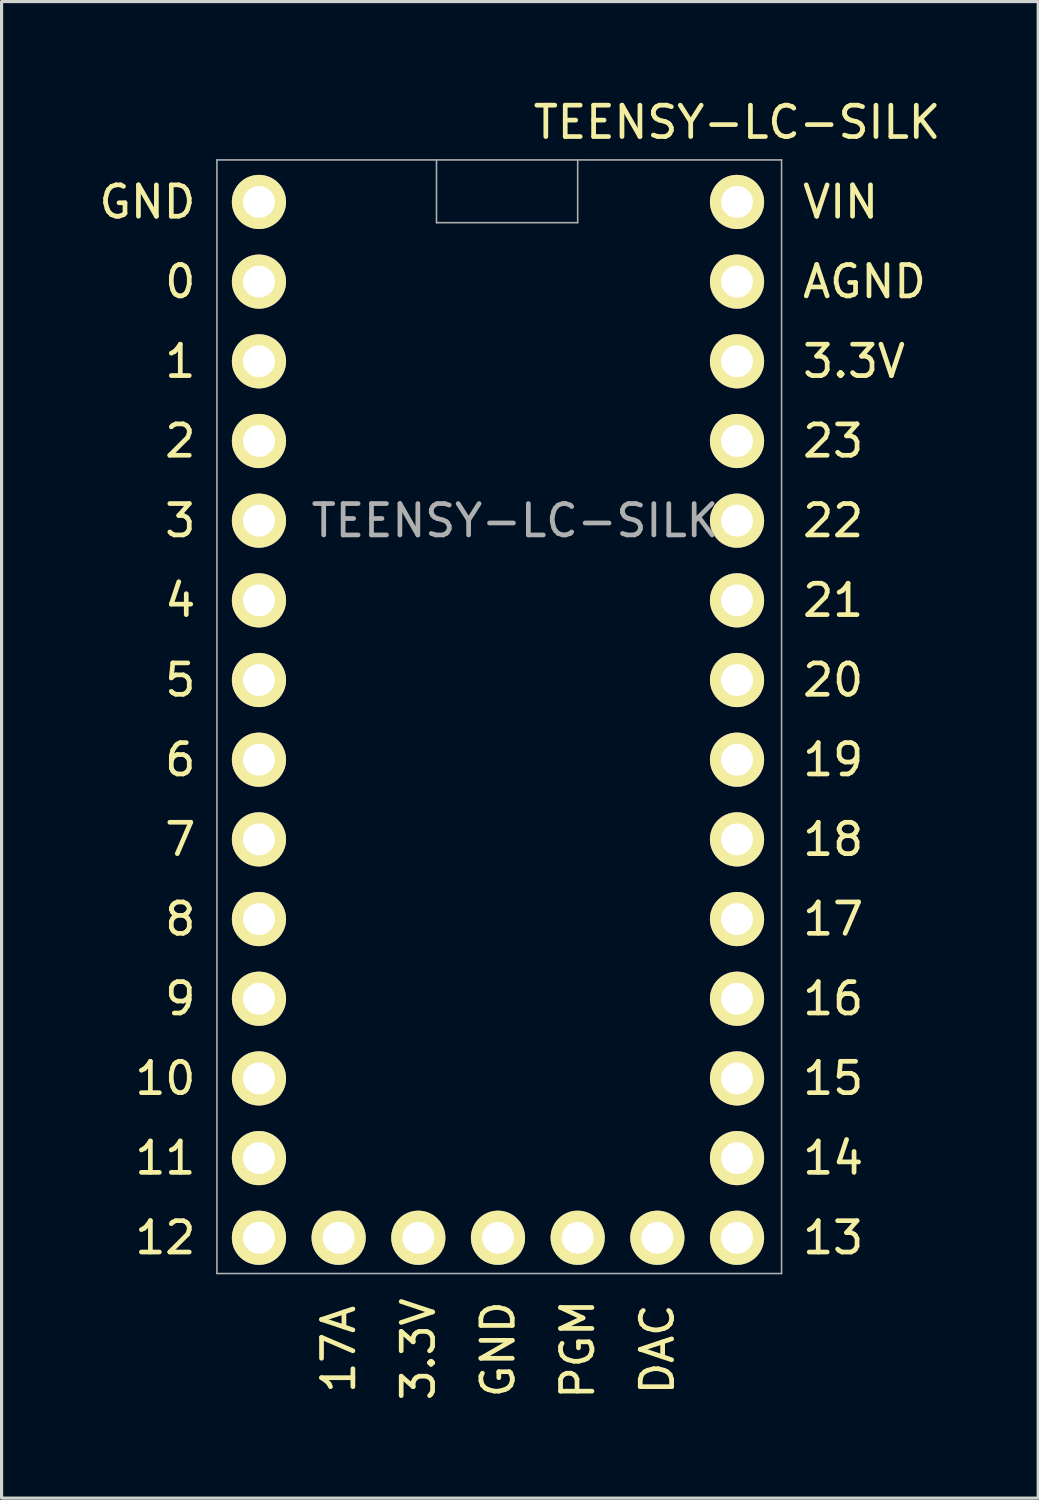
<source format=kicad_pcb>
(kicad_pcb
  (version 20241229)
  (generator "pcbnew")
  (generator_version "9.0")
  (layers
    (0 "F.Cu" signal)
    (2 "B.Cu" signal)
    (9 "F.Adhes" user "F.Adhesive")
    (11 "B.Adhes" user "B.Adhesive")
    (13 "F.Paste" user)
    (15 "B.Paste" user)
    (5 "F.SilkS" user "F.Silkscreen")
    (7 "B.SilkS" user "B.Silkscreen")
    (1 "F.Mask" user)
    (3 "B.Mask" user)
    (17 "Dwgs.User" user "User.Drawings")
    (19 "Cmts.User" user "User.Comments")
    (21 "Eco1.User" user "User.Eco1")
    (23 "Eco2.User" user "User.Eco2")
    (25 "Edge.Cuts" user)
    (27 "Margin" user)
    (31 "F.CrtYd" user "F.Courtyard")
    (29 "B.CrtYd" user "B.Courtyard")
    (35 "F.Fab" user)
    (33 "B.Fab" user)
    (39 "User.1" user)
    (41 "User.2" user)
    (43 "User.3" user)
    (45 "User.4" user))
  (footprint "TEENSY-LC-SILK"
    (layer "F.Cu")
    (at 15.365 13.548)
    (property "Reference" "TEENSY-LC-SILK" (at -2 0 0) (layer "F.Fab") (effects (font (size 1 1) (thickness 0.15))))
    (attr smd)
    (fp_line (start -11.5 -11.5) (end -11.5 24) (stroke (width 0.05) (type solid)) (layer "F.Fab"))
    (fp_line (start -11.5 24) (end 6.5 24) (stroke (width 0.05) (type solid)) (layer "F.Fab"))
    (fp_line (start -4.5 -11.5) (end -4.5 -9.5) (stroke (width 0.05) (type solid)) (layer "F.Fab"))
    (fp_line (start -4.5 -9.5) (end 0 -9.5) (stroke (width 0.05) (type solid)) (layer "F.Fab"))
    (fp_line (start 0 -9.5) (end 0 -11.5) (stroke (width 0.05) (type solid)) (layer "F.Fab"))
    (fp_line (start 6.5 -11.5) (end -11.5 -11.5) (stroke (width 0.05) (type solid)) (layer "F.Fab"))
    (fp_line (start 6.5 24) (end 6.5 -11.5) (stroke (width 0.05) (type solid)) (layer "F.Fab"))
    (fp_text user "5" (at -12.668 5.08 0) (layer "F.SilkS") (effects (font (size 1 1) (thickness 0.15))))
    (fp_text user "4" (at -12.668 2.54 0) (layer "F.SilkS") (effects (font (size 1 1) (thickness 0.15))))
    (fp_text user "16" (at 8.144 15.24 0) (layer "F.SilkS") (effects (font (size 1 1) (thickness 0.15))))
    (fp_text user "0" (at -12.668 -7.62 0) (layer "F.SilkS") (effects (font (size 1 1) (thickness 0.15))))
    (fp_text user "GND" (at -2.54 26.416 90) (layer "F.SilkS") (effects (font (size 1 1) (thickness 0.15))))
    (fp_text user "19" (at 8.144 7.62 0) (layer "F.SilkS") (effects (font (size 1 1) (thickness 0.15))))
    (fp_text user "15" (at 8.144 17.78 0) (layer "F.SilkS") (effects (font (size 1 1) (thickness 0.15))))
    (fp_text user "3.3V" (at -5.08 26.416 90) (layer "F.SilkS") (effects (font (size 1 1) (thickness 0.15))))
    (fp_text user "20" (at 8.144 5.08 0) (layer "F.SilkS") (effects (font (size 1 1) (thickness 0.15))))
    (fp_text user "21" (at 8.144 2.54 0) (layer "F.SilkS") (effects (font (size 1 1) (thickness 0.15))))
    (fp_text user "23" (at 8.144 -2.54 0) (layer "F.SilkS") (effects (font (size 1 1) (thickness 0.15))))
    (fp_text user "13" (at 8.144 22.86 0) (layer "F.SilkS") (effects (font (size 1 1) (thickness 0.15))))
    (fp_text user "9" (at -12.668 15.24 0) (layer "F.SilkS") (effects (font (size 1 1) (thickness 0.15))))
    (fp_text user "3.3V" (at 8.811 -5.08 0) (layer "F.SilkS") (effects (font (size 1 1) (thickness 0.15))))
    (fp_text user "18" (at 8.144 10.16 0) (layer "F.SilkS") (effects (font (size 1 1) (thickness 0.15))))
    (fp_text user "17" (at 8.144 12.7 0) (layer "F.SilkS") (effects (font (size 1 1) (thickness 0.15))))
    (fp_text user "1" (at -12.668 -5.08 0) (layer "F.SilkS") (effects (font (size 1 1) (thickness 0.15))))
    (fp_text user "6" (at -12.668 7.62 0) (layer "F.SilkS") (effects (font (size 1 1) (thickness 0.15))))
    (fp_text user "22" (at 8.144 0 0) (layer "F.SilkS") (effects (font (size 1 1) (thickness 0.15))))
    (fp_text user "PGM" (at 0 26.416 90) (layer "F.SilkS") (effects (font (size 1 1) (thickness 0.15))))
    (fp_text user "${REFERENCE}" (at 5.08 -12.7 0) (layer "F.SilkS") (effects (font (size 1 1) (thickness 0.15))))
    (fp_text user "11" (at -13.145 20.32 0) (layer "F.SilkS") (effects (font (size 1 1) (thickness 0.15))))
    (fp_text user "GND" (at -13.716 -10.16 0) (layer "F.SilkS") (effects (font (size 1 1) (thickness 0.15))))
    (fp_text user "AGND" (at 9.144 -7.62 0) (layer "F.SilkS") (effects (font (size 1 1) (thickness 0.15))))
    (fp_text user "8" (at -12.668 12.7 0) (layer "F.SilkS") (effects (font (size 1 1) (thickness 0.15))))
    (fp_text user "VIN" (at 8.382 -10.16 0) (layer "F.SilkS") (effects (font (size 1 1) (thickness 0.15))))
    (fp_text user "17A" (at -7.62 26.416 90) (layer "F.SilkS") (effects (font (size 1 1) (thickness 0.15))))
    (fp_text user "DAC" (at 2.54 26.416 90) (layer "F.SilkS") (effects (font (size 1 1) (thickness 0.15))))
    (fp_text user "7" (at -12.668 10.16 0) (layer "F.SilkS") (effects (font (size 1 1) (thickness 0.15))))
    (fp_text user "14" (at 8.144 20.32 0) (layer "F.SilkS") (effects (font (size 1 1) (thickness 0.15))))
    (fp_text user "10" (at -13.145 17.78 0) (layer "F.SilkS") (effects (font (size 1 1) (thickness 0.15))))
    (fp_text user "2" (at -12.668 -2.54 0) (layer "F.SilkS") (effects (font (size 1 1) (thickness 0.15))))
    (fp_text user "3" (at -12.668 0 0) (layer "F.SilkS") (effects (font (size 1 1) (thickness 0.15))))
    (fp_text user "12" (at -13.145 22.86 0) (layer "F.SilkS") (effects (font (size 1 1) (thickness 0.15))))
    (pad "0" thru_hole circle (at -10.16 -7.62) (size 1.727 1.727) (drill 1.016) (layers "*.Cu" "*.Mask" "F.SilkS"))
    (pad "1" thru_hole circle (at -10.16 -5.08) (size 1.727 1.727) (drill 1.016) (layers "*.Cu" "*.Mask" "F.SilkS"))
    (pad "2" thru_hole circle (at -10.16 -2.54) (size 1.727 1.727) (drill 1.016) (layers "*.Cu" "*.Mask" "F.SilkS"))
    (pad "3" thru_hole circle (at -10.16 0) (size 1.727 1.727) (drill 1.016) (layers "*.Cu" "*.Mask" "F.SilkS"))
    (pad "3V1" thru_hole circle (at -5.08 22.86) (size 1.727 1.727) (drill 1.016) (layers "*.Cu" "*.Mask" "F.SilkS"))
    (pad "3V2" thru_hole circle (at 5.08 -5.08) (size 1.727 1.727) (drill 1.016) (layers "*.Cu" "*.Mask" "F.SilkS"))
    (pad "4" thru_hole circle (at -10.16 2.54) (size 1.727 1.727) (drill 1.016) (layers "*.Cu" "*.Mask" "F.SilkS"))
    (pad "5" thru_hole circle (at -10.16 5.08) (size 1.727 1.727) (drill 1.016) (layers "*.Cu" "*.Mask" "F.SilkS"))
    (pad "6" thru_hole circle (at -10.16 7.62) (size 1.727 1.727) (drill 1.016) (layers "*.Cu" "*.Mask" "F.SilkS"))
    (pad "7" thru_hole circle (at -10.16 10.16) (size 1.727 1.727) (drill 1.016) (layers "*.Cu" "*.Mask" "F.SilkS"))
    (pad "8" thru_hole circle (at -10.16 12.7) (size 1.727 1.727) (drill 1.016) (layers "*.Cu" "*.Mask" "F.SilkS"))
    (pad "9" thru_hole circle (at -10.16 15.24) (size 1.727 1.727) (drill 1.016) (layers "*.Cu" "*.Mask" "F.SilkS"))
    (pad "10" thru_hole circle (at -10.16 17.78) (size 1.727 1.727) (drill 1.016) (layers "*.Cu" "*.Mask" "F.SilkS"))
    (pad "11" thru_hole circle (at -10.16 20.32) (size 1.727 1.727) (drill 1.016) (layers "*.Cu" "*.Mask" "F.SilkS"))
    (pad "12" thru_hole circle (at -10.16 22.86) (size 1.727 1.727) (drill 1.016) (layers "*.Cu" "*.Mask" "F.SilkS"))
    (pad "13" thru_hole circle (at 5.08 22.86) (size 1.727 1.727) (drill 1.016) (layers "*.Cu" "*.Mask" "F.SilkS"))
    (pad "14" thru_hole circle (at 5.08 20.32) (size 1.727 1.727) (drill 1.016) (layers "*.Cu" "*.Mask" "F.SilkS"))
    (pad "15" thru_hole circle (at 5.08 17.78) (size 1.727 1.727) (drill 1.016) (layers "*.Cu" "*.Mask" "F.SilkS"))
    (pad "16" thru_hole circle (at 5.08 15.24) (size 1.727 1.727) (drill 1.016) (layers "*.Cu" "*.Mask" "F.SilkS"))
    (pad "17" thru_hole circle (at 5.08 12.7) (size 1.727 1.727) (drill 1.016) (layers "*.Cu" "*.Mask" "F.SilkS"))
    (pad "17A" thru_hole circle (at -7.62 22.86) (size 1.727 1.727) (drill 1.016) (layers "*.Cu" "*.Mask" "F.SilkS"))
    (pad "18" thru_hole circle (at 5.08 10.16) (size 1.727 1.727) (drill 1.016) (layers "*.Cu" "*.Mask" "F.SilkS"))
    (pad "19" thru_hole circle (at 5.08 7.62) (size 1.727 1.727) (drill 1.016) (layers "*.Cu" "*.Mask" "F.SilkS"))
    (pad "20" thru_hole circle (at 5.08 5.08) (size 1.727 1.727) (drill 1.016) (layers "*.Cu" "*.Mask" "F.SilkS"))
    (pad "21" thru_hole circle (at 5.08 2.54) (size 1.727 1.727) (drill 1.016) (layers "*.Cu" "*.Mask" "F.SilkS"))
    (pad "22" thru_hole circle (at 5.08 0) (size 1.727 1.727) (drill 1.016) (layers "*.Cu" "*.Mask" "F.SilkS"))
    (pad "23" thru_hole circle (at 5.08 -2.54) (size 1.727 1.727) (drill 1.016) (layers "*.Cu" "*.Mask" "F.SilkS"))
    (pad "AG" thru_hole circle (at 5.08 -7.62) (size 1.727 1.727) (drill 1.016) (layers "*.Cu" "*.Mask" "F.SilkS"))
    (pad "DAC" thru_hole circle (at 2.54 22.86) (size 1.727 1.727) (drill 1.016) (layers "*.Cu" "*.Mask" "F.SilkS"))
    (pad "G1" thru_hole circle (at -10.16 -10.16) (size 1.727 1.727) (drill 1.016) (layers "*.Cu" "*.Mask" "F.SilkS"))
    (pad "G2" thru_hole circle (at -2.54 22.86) (size 1.727 1.727) (drill 1.016) (layers "*.Cu" "*.Mask" "F.SilkS"))
    (pad "PGM" thru_hole circle (at 0 22.86) (size 1.727 1.727) (drill 1.016) (layers "*.Cu" "*.Mask" "F.SilkS"))
    (pad "VIN" thru_hole circle (at 5.08 -10.16) (size 1.727 1.727) (drill 1.016) (layers "*.Cu" "*.Mask" "F.SilkS")))
  (gr_rect
    (start -3 -3)
    (end 30.046 44.708)
    (stroke (width 0.1) (type default))
    (fill no)
    (layer "Edge.Cuts")))
</source>
